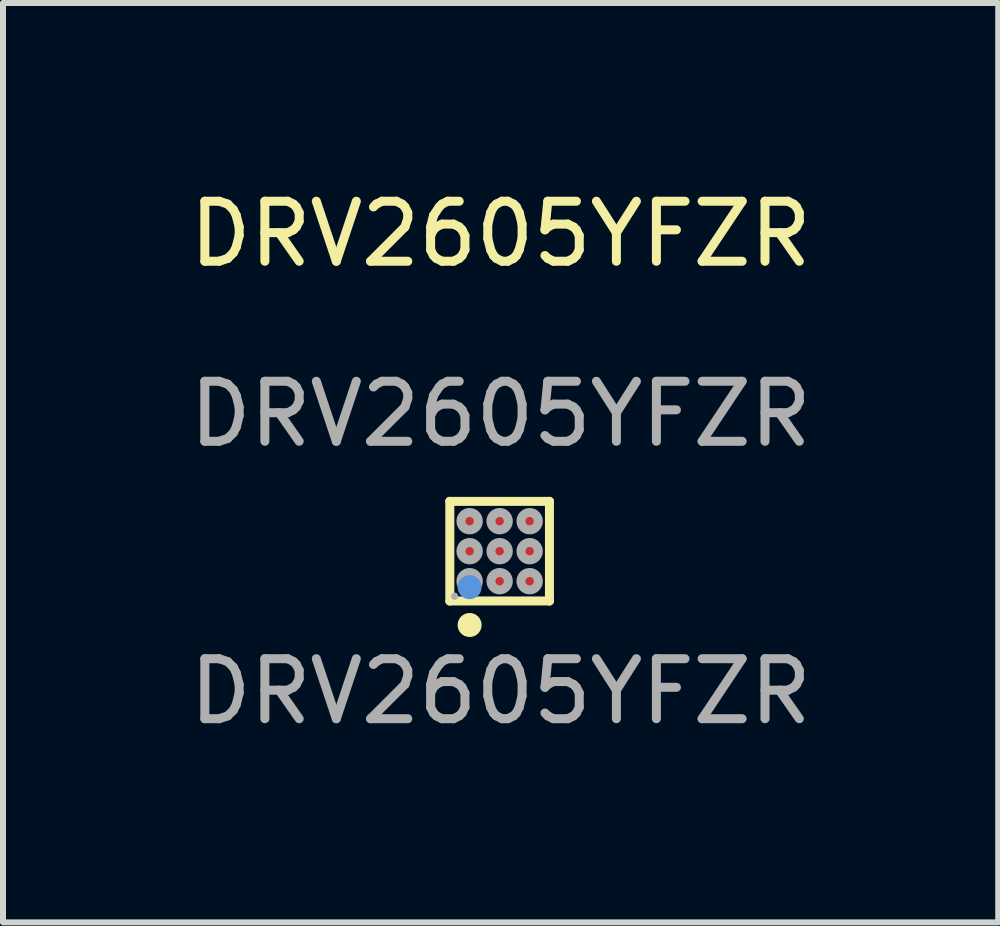
<source format=kicad_pcb>
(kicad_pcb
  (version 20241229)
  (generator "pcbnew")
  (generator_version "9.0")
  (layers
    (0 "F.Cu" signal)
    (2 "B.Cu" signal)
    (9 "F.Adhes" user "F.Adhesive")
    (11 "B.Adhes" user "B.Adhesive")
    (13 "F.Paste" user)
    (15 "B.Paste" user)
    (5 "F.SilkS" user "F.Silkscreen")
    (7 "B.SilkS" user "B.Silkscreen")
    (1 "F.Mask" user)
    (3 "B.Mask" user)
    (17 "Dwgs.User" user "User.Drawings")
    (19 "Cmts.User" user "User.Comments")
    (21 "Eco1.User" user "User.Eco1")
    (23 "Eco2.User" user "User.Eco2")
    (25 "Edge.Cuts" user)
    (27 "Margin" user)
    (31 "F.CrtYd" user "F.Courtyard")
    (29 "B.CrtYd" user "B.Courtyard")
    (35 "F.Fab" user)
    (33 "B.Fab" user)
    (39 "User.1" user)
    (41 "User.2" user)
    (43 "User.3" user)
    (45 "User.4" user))
  (footprint "DRV2605YFZR"
    (layer "F.Cu")
    (at 5.292 6.134)
    (property "Reference" "DRV2605YFZR" (at 0 -5.286 0) (unlocked yes) (layer "F.SilkS") (effects (font (size 1 1) (thickness 0.15))))
    (attr smd)
    (fp_line (start -0.847 -0.83) (end 0.813 -0.83) (stroke (width 0.15) (type solid)) (layer "F.SilkS"))
    (fp_line (start -0.847 0.83) (end -0.847 -0.83) (stroke (width 0.15) (type solid)) (layer "F.SilkS"))
    (fp_line (start 0.813 -0.83) (end 0.813 0.83) (stroke (width 0.15) (type solid)) (layer "F.SilkS"))
    (fp_line (start 0.813 0.83) (end -0.847 0.83) (stroke (width 0.15) (type solid)) (layer "F.SilkS"))
    (fp_circle (center -0.517 1.23) (end -0.417 1.23) (stroke (width 0.2) (type solid)) (fill no) (layer "F.SilkS"))
    (fp_circle (center -0.517 0.6) (end -0.417 0.6) (stroke (width 0.2) (type solid)) (fill no) (layer "Cmts.User"))
    (fp_circle (center -0.767 0.75) (end -0.737 0.75) (stroke (width 0.06) (type solid)) (fill no) (layer "F.Fab"))
    (fp_circle (center -0.517 -0.5) (end -0.447 -0.5) (stroke (width 0.15) (type solid)) (fill no) (layer "F.Fab"))
    (fp_circle (center -0.517 0) (end -0.447 0) (stroke (width 0.15) (type solid)) (fill no) (layer "F.Fab"))
    (fp_circle (center -0.517 0.5) (end -0.447 0.5) (stroke (width 0.15) (type solid)) (fill no) (layer "F.Fab"))
    (fp_circle (center -0.017 -0.5) (end 0.053 -0.5) (stroke (width 0.15) (type solid)) (fill no) (layer "F.Fab"))
    (fp_circle (center -0.017 0) (end 0.053 0) (stroke (width 0.15) (type solid)) (fill no) (layer "F.Fab"))
    (fp_circle (center -0.017 0.5) (end 0.053 0.5) (stroke (width 0.15) (type solid)) (fill no) (layer "F.Fab"))
    (fp_circle (center 0.483 -0.5) (end 0.553 -0.5) (stroke (width 0.15) (type solid)) (fill no) (layer "F.Fab"))
    (fp_circle (center 0.483 0) (end 0.553 0) (stroke (width 0.15) (type solid)) (fill no) (layer "F.Fab"))
    (fp_circle (center 0.483 0.5) (end 0.553 0.5) (stroke (width 0.15) (type solid)) (fill no) (layer "F.Fab"))
    (fp_text user "${REFERENCE}" (at 0 -2.286 0) (unlocked yes) (layer "F.Fab") (effects (font (size 1 1) (thickness 0.15))))
    (fp_text user "${REFERENCE}" (at 0 2.337 0) (layer "F.Fab") (effects (font (size 1 1) (thickness 0.15))))
    (pad "1" smd circle (at -0.517 0) (size 0.24 0.24) (property pad_prop_bga) (layers "F.Cu" "F.Mask" "F.Paste"))
    (pad "2" smd circle (at 0.483 0.5) (size 0.24 0.24) (property pad_prop_bga) (layers "F.Cu" "F.Mask" "F.Paste"))
    (pad "3" smd circle (at -0.017 0) (size 0.24 0.24) (property pad_prop_bga) (layers "F.Cu" "F.Mask" "F.Paste"))
    (pad "4" smd circle (at -0.017 0.5) (size 0.24 0.24) (property pad_prop_bga) (layers "F.Cu" "F.Mask" "F.Paste"))
    (pad "5" smd circle (at -0.517 0.5) (size 0.24 0.24) (property pad_prop_bga) (layers "F.Cu" "F.Mask" "F.Paste"))
    (pad "7" smd circle (at -0.517 -0.5) (size 0.24 0.24) (property pad_prop_bga) (layers "F.Cu" "F.Mask" "F.Paste"))
    (pad "8" smd circle (at -0.017 -0.5) (size 0.24 0.24) (property pad_prop_bga) (layers "F.Cu" "F.Mask" "F.Paste"))
    (pad "9" smd circle (at 0.483 -0.5) (size 0.24 0.24) (property pad_prop_bga) (layers "F.Cu" "F.Mask" "F.Paste"))
    (pad "10" smd circle (at 0.483 0) (size 0.24 0.24) (property pad_prop_bga) (layers "F.Cu" "F.Mask" "F.Paste")))
  (gr_rect
    (start -3 -3)
    (end 13.583 12.319)
    (stroke (width 0.1) (type default))
    (fill no)
    (layer "Edge.Cuts")))
</source>
